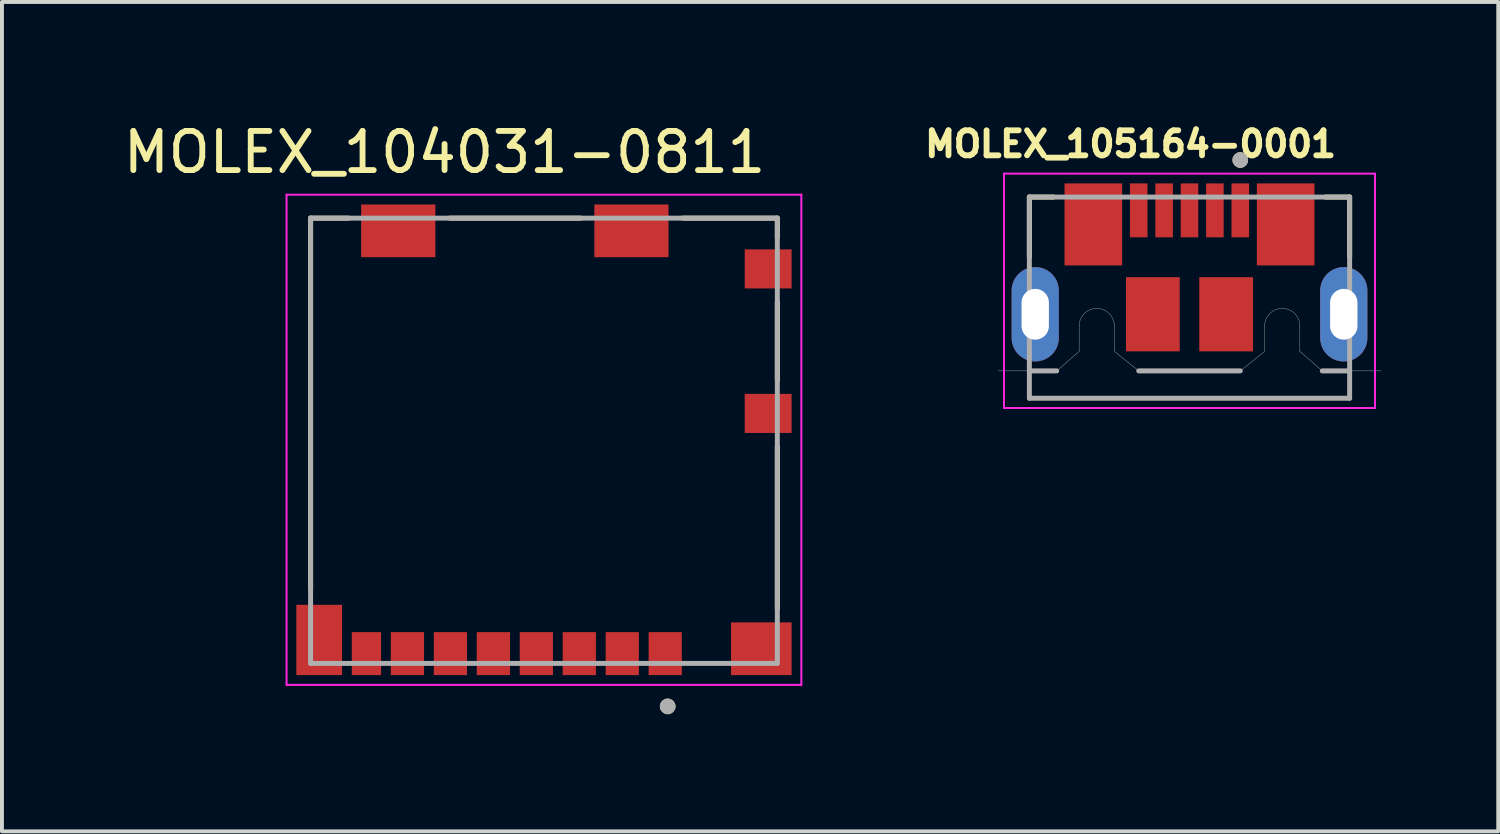
<source format=kicad_pcb>
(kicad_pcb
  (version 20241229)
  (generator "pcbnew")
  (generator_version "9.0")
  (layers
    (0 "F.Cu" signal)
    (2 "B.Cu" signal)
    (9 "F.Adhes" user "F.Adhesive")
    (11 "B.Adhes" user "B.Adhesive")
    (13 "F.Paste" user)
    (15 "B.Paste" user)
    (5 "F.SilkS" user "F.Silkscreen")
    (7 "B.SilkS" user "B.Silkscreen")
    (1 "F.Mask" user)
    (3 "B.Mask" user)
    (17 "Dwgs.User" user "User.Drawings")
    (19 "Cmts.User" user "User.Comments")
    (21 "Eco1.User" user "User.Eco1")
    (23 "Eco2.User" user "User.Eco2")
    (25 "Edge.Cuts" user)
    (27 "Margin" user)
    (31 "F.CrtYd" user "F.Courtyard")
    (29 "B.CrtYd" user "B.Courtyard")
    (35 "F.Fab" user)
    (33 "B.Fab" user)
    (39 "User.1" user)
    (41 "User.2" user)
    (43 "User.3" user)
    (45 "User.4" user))
  (footprint "MOLEX_105164-0001"
    (layer "F.Cu")
    (at 27.405 6.446)
    (property "Reference" "MOLEX_105164-0001" (at -1.508 -5.808 0) (layer "F.SilkS") (effects (font (size 0.64 0.64) (thickness 0.15))))
    (attr through_hole)
    (fp_line (start -4.1 -4.45) (end -3.48 -4.45) (stroke (width 0.127) (type solid)) (layer "F.SilkS"))
    (fp_line (start -4.1 -2.92) (end -4.1 -4.45) (stroke (width 0.127) (type solid)) (layer "F.SilkS"))
    (fp_line (start 4.1 -4.45) (end 3.48 -4.45) (stroke (width 0.127) (type solid)) (layer "F.SilkS"))
    (fp_line (start 4.1 -2.92) (end 4.1 -4.45) (stroke (width 0.127) (type solid)) (layer "F.SilkS"))
    (fp_circle (center 1.3 -5.4) (end 1.4 -5.4) (stroke (width 0.2) (type solid)) (fill no) (layer "F.SilkS"))
    (fp_line (start -4.75 -5.05) (end 4.75 -5.05) (stroke (width 0.05) (type solid)) (layer "F.CrtYd"))
    (fp_line (start -4.75 0.95) (end -4.75 -5.05) (stroke (width 0.05) (type solid)) (layer "F.CrtYd"))
    (fp_line (start 4.75 -5.05) (end 4.75 0.95) (stroke (width 0.05) (type solid)) (layer "F.CrtYd"))
    (fp_line (start 4.75 0.95) (end -4.75 0.95) (stroke (width 0.05) (type solid)) (layer "F.CrtYd"))
    (fp_line (start -4.9 0) (end -3.4 0) (stroke (width 0.01) (type solid)) (layer "F.Fab"))
    (fp_line (start -4.1 -4.45) (end 4.1 -4.45) (stroke (width 0.127) (type solid)) (layer "F.Fab"))
    (fp_line (start -4.1 0) (end -3.4 0) (stroke (width 0.127) (type solid)) (layer "F.Fab"))
    (fp_line (start -4.1 0.7) (end -4.1 -4.45) (stroke (width 0.127) (type solid)) (layer "F.Fab"))
    (fp_line (start -3.4 0) (end -2.825 -0.5) (stroke (width 0.01) (type solid)) (layer "F.Fab"))
    (fp_line (start -2.825 -1.15) (end -2.825 -0.5) (stroke (width 0.01) (type solid)) (layer "F.Fab"))
    (fp_line (start -1.925 -1.15) (end -1.925 -0.5) (stroke (width 0.01) (type solid)) (layer "F.Fab"))
    (fp_line (start -1.3 0) (end -1.925 -0.5) (stroke (width 0.01) (type solid)) (layer "F.Fab"))
    (fp_line (start -1.3 0) (end 1.3 0) (stroke (width 0.127) (type solid)) (layer "F.Fab"))
    (fp_line (start 0 0) (end -1.3 0) (stroke (width 0.01) (type solid)) (layer "F.Fab"))
    (fp_line (start 0 0) (end 1.3 0) (stroke (width 0.01) (type solid)) (layer "F.Fab"))
    (fp_line (start 1.3 0) (end 1.925 -0.5) (stroke (width 0.01) (type solid)) (layer "F.Fab"))
    (fp_line (start 1.925 -1.15) (end 1.925 -0.5) (stroke (width 0.01) (type solid)) (layer "F.Fab"))
    (fp_line (start 2.825 -1.15) (end 2.825 -0.5) (stroke (width 0.01) (type solid)) (layer "F.Fab"))
    (fp_line (start 3.4 0) (end 2.825 -0.5) (stroke (width 0.01) (type solid)) (layer "F.Fab"))
    (fp_line (start 3.4 0) (end 4.1 0) (stroke (width 0.127) (type solid)) (layer "F.Fab"))
    (fp_line (start 4.1 -4.45) (end 4.1 0.7) (stroke (width 0.127) (type solid)) (layer "F.Fab"))
    (fp_line (start 4.1 0.7) (end -4.1 0.7) (stroke (width 0.127) (type solid)) (layer "F.Fab"))
    (fp_line (start 4.9 0) (end 3.4 0) (stroke (width 0.01) (type solid)) (layer "F.Fab"))
    (fp_arc (start -2.825 -1.15) (mid -2.375 -1.6) (end -1.925 -1.15) (stroke (width 0.01) (type solid)) (layer "F.Fab"))
    (fp_arc (start 1.925 -1.15) (mid 2.375 -1.6) (end 2.825 -1.15) (stroke (width 0.01) (type solid)) (layer "F.Fab"))
    (fp_circle (center 1.3 -5.4) (end 1.4 -5.4) (stroke (width 0.2) (type solid)) (fill no) (layer "F.Fab"))
    (pad "1" smd rect (at 1.3 -4.11 90) (size 1.38 0.45) (layers "F.Cu" "F.Mask" "F.Paste"))
    (pad "2" smd rect (at 0.65 -4.11 90) (size 1.38 0.45) (layers "F.Cu" "F.Mask" "F.Paste"))
    (pad "3" smd rect (at 0 -4.11 90) (size 1.38 0.45) (layers "F.Cu" "F.Mask" "F.Paste"))
    (pad "4" smd rect (at -0.65 -4.11 90) (size 1.38 0.45) (layers "F.Cu" "F.Mask" "F.Paste"))
    (pad "5" smd rect (at -1.3 -4.11 90) (size 1.38 0.45) (layers "F.Cu" "F.Mask" "F.Paste"))
    (pad "SH1" thru_hole oval (at -3.95 -1.45) (size 1.208 2.416) (drill oval 0.7 1.3) (layers "*.Cu" "*.Mask"))
    (pad "SH2" smd rect (at -2.462 -3.75 90) (size 2.1 1.475) (layers "F.Cu" "F.Mask" "F.Paste"))
    (pad "SH3" smd rect (at -0.938 -1.45 90) (size 1.9 1.375) (layers "F.Cu" "F.Mask" "F.Paste"))
    (pad "SH4" smd rect (at 0.938 -1.45 90) (size 1.9 1.375) (layers "F.Cu" "F.Mask" "F.Paste"))
    (pad "SH5" smd rect (at 2.462 -3.75 90) (size 2.1 1.475) (layers "F.Cu" "F.Mask" "F.Paste"))
    (pad "SH6" thru_hole oval (at 3.95 -1.45) (size 1.208 2.416) (drill oval 0.7 1.3) (layers "*.Cu" "*.Mask")))
  (footprint "MOLEX_104031-0811"
    (layer "F.Cu")
    (at 10.877 8.235)
    (property "Reference" "MOLEX_104031-0811" (at -2.545 -7.386 0) (layer "F.SilkS") (effects (font (size 1.002 1.002) (thickness 0.15))))
    (attr through_hole)
    (fp_line (start -5.975 -5.7) (end -5.975 3.806) (stroke (width 0.127) (type solid)) (layer "F.SilkS"))
    (fp_line (start -5.003 -5.7) (end -5.975 -5.7) (stroke (width 0.127) (type solid)) (layer "F.SilkS"))
    (fp_line (start 0.939 -5.7) (end -2.413 -5.7) (stroke (width 0.127) (type solid)) (layer "F.SilkS"))
    (fp_line (start 3.556 -5.7) (end 5.975 -5.7) (stroke (width 0.127) (type solid)) (layer "F.SilkS"))
    (fp_line (start 5.975 -5.7) (end 5.975 -5.211) (stroke (width 0.127) (type solid)) (layer "F.SilkS"))
    (fp_line (start 5.975 -3.55) (end 5.975 -1.55) (stroke (width 0.127) (type solid)) (layer "F.SilkS"))
    (fp_line (start 5.975 0.15) (end 5.975 4.3) (stroke (width 0.127) (type solid)) (layer "F.SilkS"))
    (fp_circle (center 3.168 6.801) (end 3.268 6.801) (stroke (width 0.2) (type solid)) (fill no) (layer "F.SilkS"))
    (fp_line (start -6.59 -6.3) (end -6.59 6.25) (stroke (width 0.05) (type solid)) (layer "F.CrtYd"))
    (fp_line (start -6.59 6.25) (end 6.59 6.25) (stroke (width 0.05) (type solid)) (layer "F.CrtYd"))
    (fp_line (start 6.59 -6.3) (end -6.59 -6.3) (stroke (width 0.05) (type solid)) (layer "F.CrtYd"))
    (fp_line (start 6.59 6.25) (end 6.59 -6.3) (stroke (width 0.05) (type solid)) (layer "F.CrtYd"))
    (fp_line (start -5.975 -5.7) (end 5.975 -5.7) (stroke (width 0.127) (type solid)) (layer "F.Fab"))
    (fp_line (start -5.975 5.7) (end -5.975 -5.7) (stroke (width 0.127) (type solid)) (layer "F.Fab"))
    (fp_line (start 5.975 -5.7) (end 5.975 5.7) (stroke (width 0.127) (type solid)) (layer "F.Fab"))
    (fp_line (start 5.975 5.7) (end -5.975 5.7) (stroke (width 0.127) (type solid)) (layer "F.Fab"))
    (fp_circle (center 3.168 6.801) (end 3.268 6.801) (stroke (width 0.2) (type solid)) (fill no) (layer "F.Fab"))
    (pad "1" smd rect (at 3.105 5.45) (size 0.85 1.1) (layers "F.Cu" "F.Mask" "F.Paste"))
    (pad "2" smd rect (at 2.005 5.45) (size 0.85 1.1) (layers "F.Cu" "F.Mask" "F.Paste"))
    (pad "3" smd rect (at 0.905 5.45) (size 0.85 1.1) (layers "F.Cu" "F.Mask" "F.Paste"))
    (pad "4" smd rect (at -0.195 5.45) (size 0.85 1.1) (layers "F.Cu" "F.Mask" "F.Paste"))
    (pad "5" smd rect (at -1.295 5.45) (size 0.85 1.1) (layers "F.Cu" "F.Mask" "F.Paste"))
    (pad "6" smd rect (at -2.395 5.45) (size 0.85 1.1) (layers "F.Cu" "F.Mask" "F.Paste"))
    (pad "7" smd rect (at -3.495 5.45) (size 0.85 1.1) (layers "F.Cu" "F.Mask" "F.Paste"))
    (pad "8" smd rect (at -4.545 5.45) (size 0.75 1.1) (layers "F.Cu" "F.Mask" "F.Paste"))
    (pad "9" smd rect (at 5.74 -0.7) (size 1.2 1) (layers "F.Cu" "F.Mask" "F.Paste"))
    (pad "10" smd rect (at 5.74 -4.4) (size 1.2 1) (layers "F.Cu" "F.Mask" "F.Paste"))
    (pad "G1" smd rect (at 5.565 5.325) (size 1.55 1.35) (layers "F.Cu" "F.Mask" "F.Paste"))
    (pad "G2" smd rect (at -5.755 5.1) (size 1.17 1.8) (layers "F.Cu" "F.Mask" "F.Paste"))
    (pad "G3" smd rect (at -3.73 -5.375) (size 1.9 1.35) (layers "F.Cu" "F.Mask" "F.Paste"))
    (pad "G4" smd rect (at 2.24 -5.375) (size 1.9 1.35) (layers "F.Cu" "F.Mask" "F.Paste")))
  (gr_rect
    (start -3 -3)
    (end 35.31 18.236)
    (stroke (width 0.1) (type default))
    (fill no)
    (layer "Edge.Cuts")))
</source>
